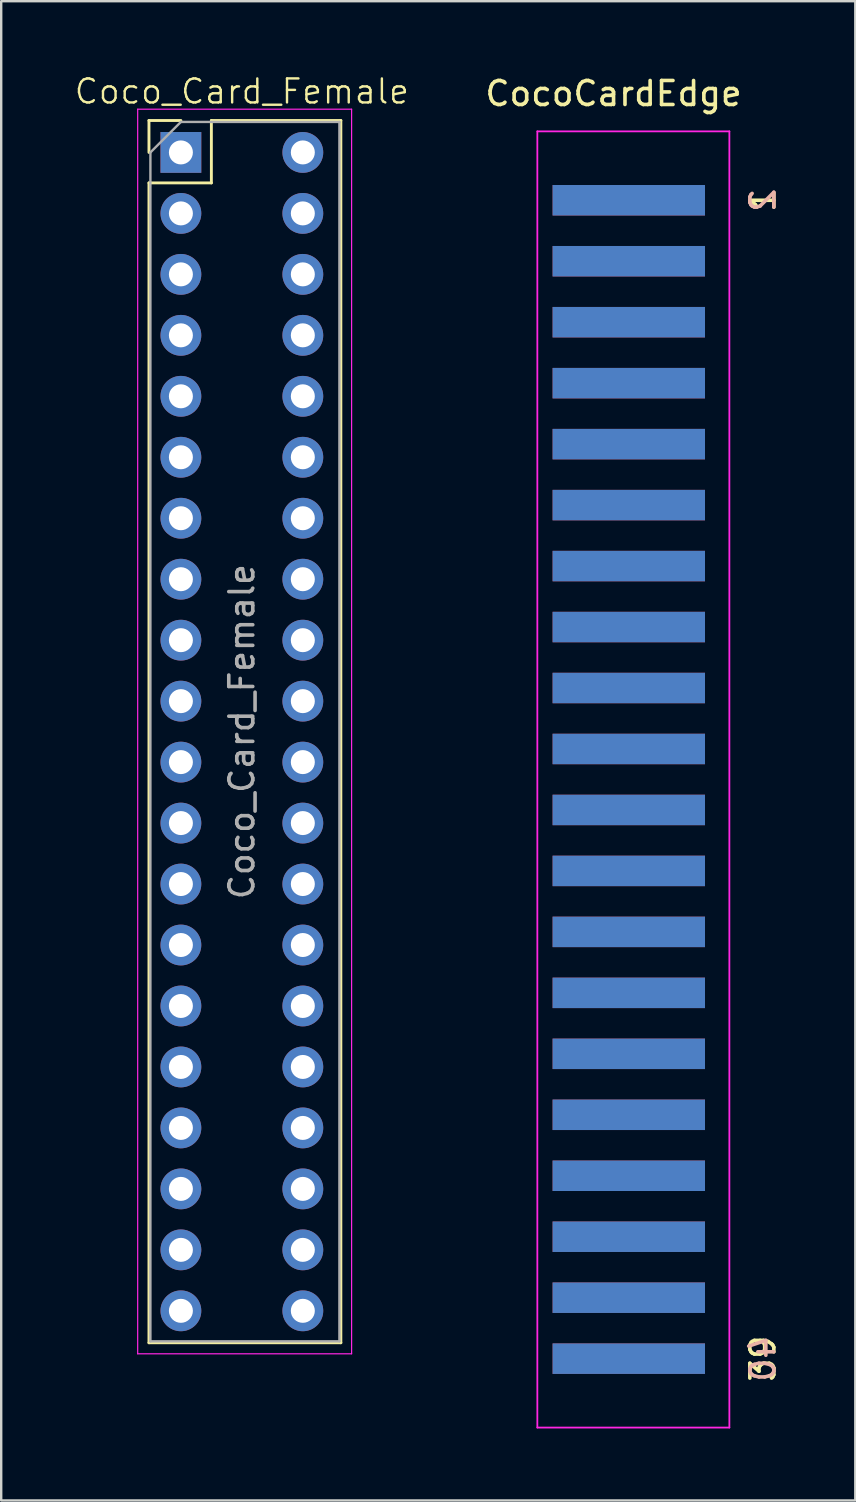
<source format=kicad_pcb>
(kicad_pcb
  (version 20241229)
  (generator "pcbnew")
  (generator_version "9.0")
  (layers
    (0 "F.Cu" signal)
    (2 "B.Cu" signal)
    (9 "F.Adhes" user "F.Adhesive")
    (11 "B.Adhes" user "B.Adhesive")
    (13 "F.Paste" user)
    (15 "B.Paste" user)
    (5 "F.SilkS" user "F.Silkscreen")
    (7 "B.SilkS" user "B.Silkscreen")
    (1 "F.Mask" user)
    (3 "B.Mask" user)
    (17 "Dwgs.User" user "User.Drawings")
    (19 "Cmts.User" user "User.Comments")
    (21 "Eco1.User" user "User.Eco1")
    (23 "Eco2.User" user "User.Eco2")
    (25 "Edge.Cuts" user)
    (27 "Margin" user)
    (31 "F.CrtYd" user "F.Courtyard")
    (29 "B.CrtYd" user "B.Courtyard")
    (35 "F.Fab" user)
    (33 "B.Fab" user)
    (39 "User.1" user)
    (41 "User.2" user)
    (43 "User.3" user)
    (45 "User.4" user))
  (footprint "CocoCardEdge"
    (layer "F.Cu")
    (at 19.336 29.423)
    (property "Reference" "CocoCardEdge" (at 3.175 -28.575 0) (layer "F.SilkS") (effects (font (size 1 1) (thickness 0.15))))
    (attr through_hole)
    (fp_line (start 0 -27) (end 0 27) (stroke (width 0.075) (type solid)) (layer "F.CrtYd"))
    (fp_line (start 8 -27) (end 0 -27) (stroke (width 0.075) (type solid)) (layer "F.CrtYd"))
    (fp_line (start 8 27) (end 0 27) (stroke (width 0.075) (type solid)) (layer "F.CrtYd"))
    (fp_line (start 8 27) (end 8 -27) (stroke (width 0.075) (type solid)) (layer "F.CrtYd"))
    (fp_text user "39" (at 9.398 24.13 90) (layer "F.SilkS") (effects (font (size 1 1) (thickness 0.15))))
    (fp_text user "1" (at 9.398 -24.13 90) (layer "F.SilkS") (effects (font (size 1 1) (thickness 0.15))))
    (fp_text user "40" (at 9.398 24.13 90) (layer "B.SilkS") (effects (font (size 1 1) (thickness 0.15)) (justify mirror)))
    (fp_text user "2" (at 9.398 -24.13 90) (layer "B.SilkS") (effects (font (size 1 1) (thickness 0.15)) (justify mirror)))
    (pad "1" connect rect (at 3.81 -24.13) (size 6.35 1.27) (layers "F.Cu" "F.Mask"))
    (pad "2" connect rect (at 3.81 -24.13) (size 6.35 1.27) (layers "B.Cu" "B.Mask"))
    (pad "3" connect rect (at 3.81 -21.59) (size 6.35 1.27) (layers "F.Cu" "F.Mask"))
    (pad "4" connect rect (at 3.81 -21.59) (size 6.35 1.27) (layers "B.Cu" "B.Mask"))
    (pad "5" connect rect (at 3.81 -19.05) (size 6.35 1.27) (layers "F.Cu" "F.Mask"))
    (pad "6" connect rect (at 3.81 -19.05) (size 6.35 1.27) (layers "B.Cu" "B.Mask"))
    (pad "7" connect rect (at 3.81 -16.51) (size 6.35 1.27) (layers "F.Cu" "F.Mask"))
    (pad "8" connect rect (at 3.81 -16.51) (size 6.35 1.27) (layers "B.Cu" "B.Mask"))
    (pad "9" connect rect (at 3.81 -13.97) (size 6.35 1.27) (layers "F.Cu" "F.Mask"))
    (pad "10" connect rect (at 3.81 -13.97) (size 6.35 1.27) (layers "B.Cu" "B.Mask"))
    (pad "11" connect rect (at 3.81 -11.43) (size 6.35 1.27) (layers "F.Cu" "F.Mask"))
    (pad "12" connect rect (at 3.81 -11.43) (size 6.35 1.27) (layers "B.Cu" "B.Mask"))
    (pad "13" connect rect (at 3.81 -8.89) (size 6.35 1.27) (layers "F.Cu" "F.Mask"))
    (pad "14" connect rect (at 3.81 -8.89) (size 6.35 1.27) (layers "B.Cu" "B.Mask"))
    (pad "15" connect rect (at 3.81 -6.35) (size 6.35 1.27) (layers "F.Cu" "F.Mask"))
    (pad "16" connect rect (at 3.81 -6.35) (size 6.35 1.27) (layers "B.Cu" "B.Mask"))
    (pad "17" connect rect (at 3.81 -3.81) (size 6.35 1.27) (layers "F.Cu" "F.Mask"))
    (pad "18" connect rect (at 3.81 -3.81) (size 6.35 1.27) (layers "B.Cu" "B.Mask"))
    (pad "19" connect rect (at 3.81 -1.27) (size 6.35 1.27) (layers "F.Cu" "F.Mask"))
    (pad "20" connect rect (at 3.81 -1.27) (size 6.35 1.27) (layers "B.Cu" "B.Mask"))
    (pad "21" connect rect (at 3.81 1.27) (size 6.35 1.27) (layers "F.Cu" "F.Mask"))
    (pad "22" connect rect (at 3.81 1.27) (size 6.35 1.27) (layers "B.Cu" "B.Mask"))
    (pad "23" connect rect (at 3.81 3.81) (size 6.35 1.27) (layers "F.Cu" "F.Mask"))
    (pad "24" connect rect (at 3.81 3.81) (size 6.35 1.27) (layers "B.Cu" "B.Mask"))
    (pad "25" connect rect (at 3.81 6.35) (size 6.35 1.27) (layers "F.Cu" "F.Mask"))
    (pad "26" connect rect (at 3.81 6.35) (size 6.35 1.27) (layers "B.Cu" "B.Mask"))
    (pad "27" connect rect (at 3.81 8.89) (size 6.35 1.27) (layers "F.Cu" "F.Mask"))
    (pad "28" connect rect (at 3.81 8.89) (size 6.35 1.27) (layers "B.Cu" "B.Mask"))
    (pad "29" connect rect (at 3.81 11.43) (size 6.35 1.27) (layers "F.Cu" "F.Mask"))
    (pad "30" connect rect (at 3.81 11.43) (size 6.35 1.27) (layers "B.Cu" "B.Mask"))
    (pad "31" connect rect (at 3.81 13.97) (size 6.35 1.27) (layers "F.Cu" "F.Mask"))
    (pad "32" connect rect (at 3.81 13.97) (size 6.35 1.27) (layers "B.Cu" "B.Mask"))
    (pad "33" connect rect (at 3.81 16.51) (size 6.35 1.27) (layers "F.Cu" "F.Mask"))
    (pad "34" connect rect (at 3.81 16.51) (size 6.35 1.27) (layers "B.Cu" "B.Mask"))
    (pad "35" connect rect (at 3.81 19.05) (size 6.35 1.27) (layers "F.Cu" "F.Mask"))
    (pad "36" connect rect (at 3.81 19.05) (size 6.35 1.27) (layers "B.Cu" "B.Mask"))
    (pad "37" connect rect (at 3.81 21.59) (size 6.35 1.27) (layers "F.Cu" "F.Mask"))
    (pad "38" connect rect (at 3.81 21.59) (size 6.35 1.27) (layers "B.Cu" "B.Mask"))
    (pad "39" connect rect (at 3.81 24.13) (size 6.35 1.27) (layers "F.Cu" "F.Mask"))
    (pad "40" connect rect (at 3.81 24.13) (size 6.35 1.27) (layers "B.Cu" "B.Mask")))
  (footprint "Coco_Card_Female"
    (layer "F.Cu")
    (at 4.486 23.62)
    (property "Reference" "Coco_Card_Female" (at 2.54 -22.86 0) (unlocked yes) (layer "F.SilkS") (effects (font (size 1 1) (thickness 0.1))))
    (attr through_hole)
    (fp_line (start -1.33 -21.65) (end 0 -21.65) (stroke (width 0.12) (type solid)) (layer "F.SilkS"))
    (fp_line (start -1.33 -20.32) (end -1.33 -21.65) (stroke (width 0.12) (type solid)) (layer "F.SilkS"))
    (fp_line (start -1.33 -19.05) (end -1.33 29.27) (stroke (width 0.12) (type solid)) (layer "F.SilkS"))
    (fp_line (start -1.33 -19.05) (end 1.27 -19.05) (stroke (width 0.12) (type solid)) (layer "F.SilkS"))
    (fp_line (start -1.33 29.27) (end 6.664 29.27) (stroke (width 0.12) (type solid)) (layer "F.SilkS"))
    (fp_line (start 1.27 -21.65) (end 6.664 -21.65) (stroke (width 0.12) (type solid)) (layer "F.SilkS"))
    (fp_line (start 1.27 -19.05) (end 1.27 -21.65) (stroke (width 0.12) (type solid)) (layer "F.SilkS"))
    (fp_line (start 6.664 -21.65) (end 6.664 29.27) (stroke (width 0.12) (type solid)) (layer "F.SilkS"))
    (fp_line (start -1.8 -22.12) (end -1.8 29.73) (stroke (width 0.05) (type solid)) (layer "F.CrtYd"))
    (fp_line (start -1.8 29.73) (end 7.112 29.73) (stroke (width 0.05) (type solid)) (layer "F.CrtYd"))
    (fp_line (start 7.112 -22.12) (end -1.8 -22.12) (stroke (width 0.05) (type solid)) (layer "F.CrtYd"))
    (fp_line (start 7.112 29.73) (end 7.112 -22.12) (stroke (width 0.05) (type solid)) (layer "F.CrtYd"))
    (fp_line (start -1.27 -20.32) (end 0 -21.59) (stroke (width 0.1) (type solid)) (layer "F.Fab"))
    (fp_line (start -1.27 29.21) (end -1.27 -20.32) (stroke (width 0.1) (type solid)) (layer "F.Fab"))
    (fp_line (start 0 -21.59) (end 6.604 -21.59) (stroke (width 0.1) (type solid)) (layer "F.Fab"))
    (fp_line (start 6.604 -21.59) (end 6.604 29.21) (stroke (width 0.1) (type solid)) (layer "F.Fab"))
    (fp_line (start 6.604 29.21) (end -1.27 29.21) (stroke (width 0.1) (type solid)) (layer "F.Fab"))
    (fp_text user "${REFERENCE}" (at 2.54 3.81 90) (layer "F.Fab") (effects (font (size 1 1) (thickness 0.15))))
    (pad "1" thru_hole rect (at 0 -20.32) (size 1.7 1.7) (drill 1) (layers "*.Cu" "*.Mask"))
    (pad "2" thru_hole oval (at 5.08 -20.32) (size 1.7 1.7) (drill 1) (layers "*.Cu" "*.Mask"))
    (pad "3" thru_hole oval (at 0 -17.78) (size 1.7 1.7) (drill 1) (layers "*.Cu" "*.Mask"))
    (pad "4" thru_hole oval (at 5.08 -17.78) (size 1.7 1.7) (drill 1) (layers "*.Cu" "*.Mask"))
    (pad "5" thru_hole oval (at 0 -15.24) (size 1.7 1.7) (drill 1) (layers "*.Cu" "*.Mask"))
    (pad "6" thru_hole oval (at 5.08 -15.24) (size 1.7 1.7) (drill 1) (layers "*.Cu" "*.Mask"))
    (pad "7" thru_hole oval (at 0 -12.7) (size 1.7 1.7) (drill 1) (layers "*.Cu" "*.Mask"))
    (pad "8" thru_hole oval (at 5.08 -12.7) (size 1.7 1.7) (drill 1) (layers "*.Cu" "*.Mask"))
    (pad "9" thru_hole oval (at 0 -10.16) (size 1.7 1.7) (drill 1) (layers "*.Cu" "*.Mask"))
    (pad "10" thru_hole oval (at 5.08 -10.16) (size 1.7 1.7) (drill 1) (layers "*.Cu" "*.Mask"))
    (pad "11" thru_hole oval (at 0 -7.62) (size 1.7 1.7) (drill 1) (layers "*.Cu" "*.Mask"))
    (pad "12" thru_hole oval (at 5.08 -7.62) (size 1.7 1.7) (drill 1) (layers "*.Cu" "*.Mask"))
    (pad "13" thru_hole oval (at 0 -5.08) (size 1.7 1.7) (drill 1) (layers "*.Cu" "*.Mask"))
    (pad "14" thru_hole oval (at 5.08 -5.08) (size 1.7 1.7) (drill 1) (layers "*.Cu" "*.Mask"))
    (pad "15" thru_hole oval (at 0 -2.54) (size 1.7 1.7) (drill 1) (layers "*.Cu" "*.Mask"))
    (pad "16" thru_hole oval (at 5.08 -2.54) (size 1.7 1.7) (drill 1) (layers "*.Cu" "*.Mask"))
    (pad "17" thru_hole oval (at 0 0) (size 1.7 1.7) (drill 1) (layers "*.Cu" "*.Mask"))
    (pad "18" thru_hole oval (at 5.08 0) (size 1.7 1.7) (drill 1) (layers "*.Cu" "*.Mask"))
    (pad "19" thru_hole oval (at 0 2.54) (size 1.7 1.7) (drill 1) (layers "*.Cu" "*.Mask"))
    (pad "20" thru_hole oval (at 5.08 2.54) (size 1.7 1.7) (drill 1) (layers "*.Cu" "*.Mask"))
    (pad "21" thru_hole oval (at 0 5.08) (size 1.7 1.7) (drill 1) (layers "*.Cu" "*.Mask"))
    (pad "22" thru_hole oval (at 5.08 5.08) (size 1.7 1.7) (drill 1) (layers "*.Cu" "*.Mask"))
    (pad "23" thru_hole oval (at 0 7.62) (size 1.7 1.7) (drill 1) (layers "*.Cu" "*.Mask"))
    (pad "24" thru_hole oval (at 5.08 7.62) (size 1.7 1.7) (drill 1) (layers "*.Cu" "*.Mask"))
    (pad "25" thru_hole oval (at 0 10.16) (size 1.7 1.7) (drill 1) (layers "*.Cu" "*.Mask"))
    (pad "26" thru_hole oval (at 5.08 10.16) (size 1.7 1.7) (drill 1) (layers "*.Cu" "*.Mask"))
    (pad "27" thru_hole oval (at 0 12.7) (size 1.7 1.7) (drill 1) (layers "*.Cu" "*.Mask"))
    (pad "28" thru_hole oval (at 5.08 12.7) (size 1.7 1.7) (drill 1) (layers "*.Cu" "*.Mask"))
    (pad "29" thru_hole oval (at 0 15.24) (size 1.7 1.7) (drill 1) (layers "*.Cu" "*.Mask"))
    (pad "30" thru_hole oval (at 5.08 15.24) (size 1.7 1.7) (drill 1) (layers "*.Cu" "*.Mask"))
    (pad "31" thru_hole oval (at 0 17.78) (size 1.7 1.7) (drill 1) (layers "*.Cu" "*.Mask"))
    (pad "32" thru_hole oval (at 5.08 17.78) (size 1.7 1.7) (drill 1) (layers "*.Cu" "*.Mask"))
    (pad "33" thru_hole oval (at 0 20.32) (size 1.7 1.7) (drill 1) (layers "*.Cu" "*.Mask"))
    (pad "34" thru_hole oval (at 5.08 20.32) (size 1.7 1.7) (drill 1) (layers "*.Cu" "*.Mask"))
    (pad "35" thru_hole oval (at 0 22.86) (size 1.7 1.7) (drill 1) (layers "*.Cu" "*.Mask"))
    (pad "36" thru_hole oval (at 5.08 22.86) (size 1.7 1.7) (drill 1) (layers "*.Cu" "*.Mask"))
    (pad "37" thru_hole oval (at 0 25.4) (size 1.7 1.7) (drill 1) (layers "*.Cu" "*.Mask"))
    (pad "38" thru_hole oval (at 5.08 25.4) (size 1.7 1.7) (drill 1) (layers "*.Cu" "*.Mask"))
    (pad "39" thru_hole oval (at 0 27.94) (size 1.7 1.7) (drill 1) (layers "*.Cu" "*.Mask"))
    (pad "40" thru_hole oval (at 5.08 27.94) (size 1.7 1.7) (drill 1) (layers "*.Cu" "*.Mask")))
  (gr_rect
    (start -3 -3)
    (end 32.582 59.461)
    (stroke (width 0.1) (type default))
    (fill no)
    (layer "Edge.Cuts")))
</source>
